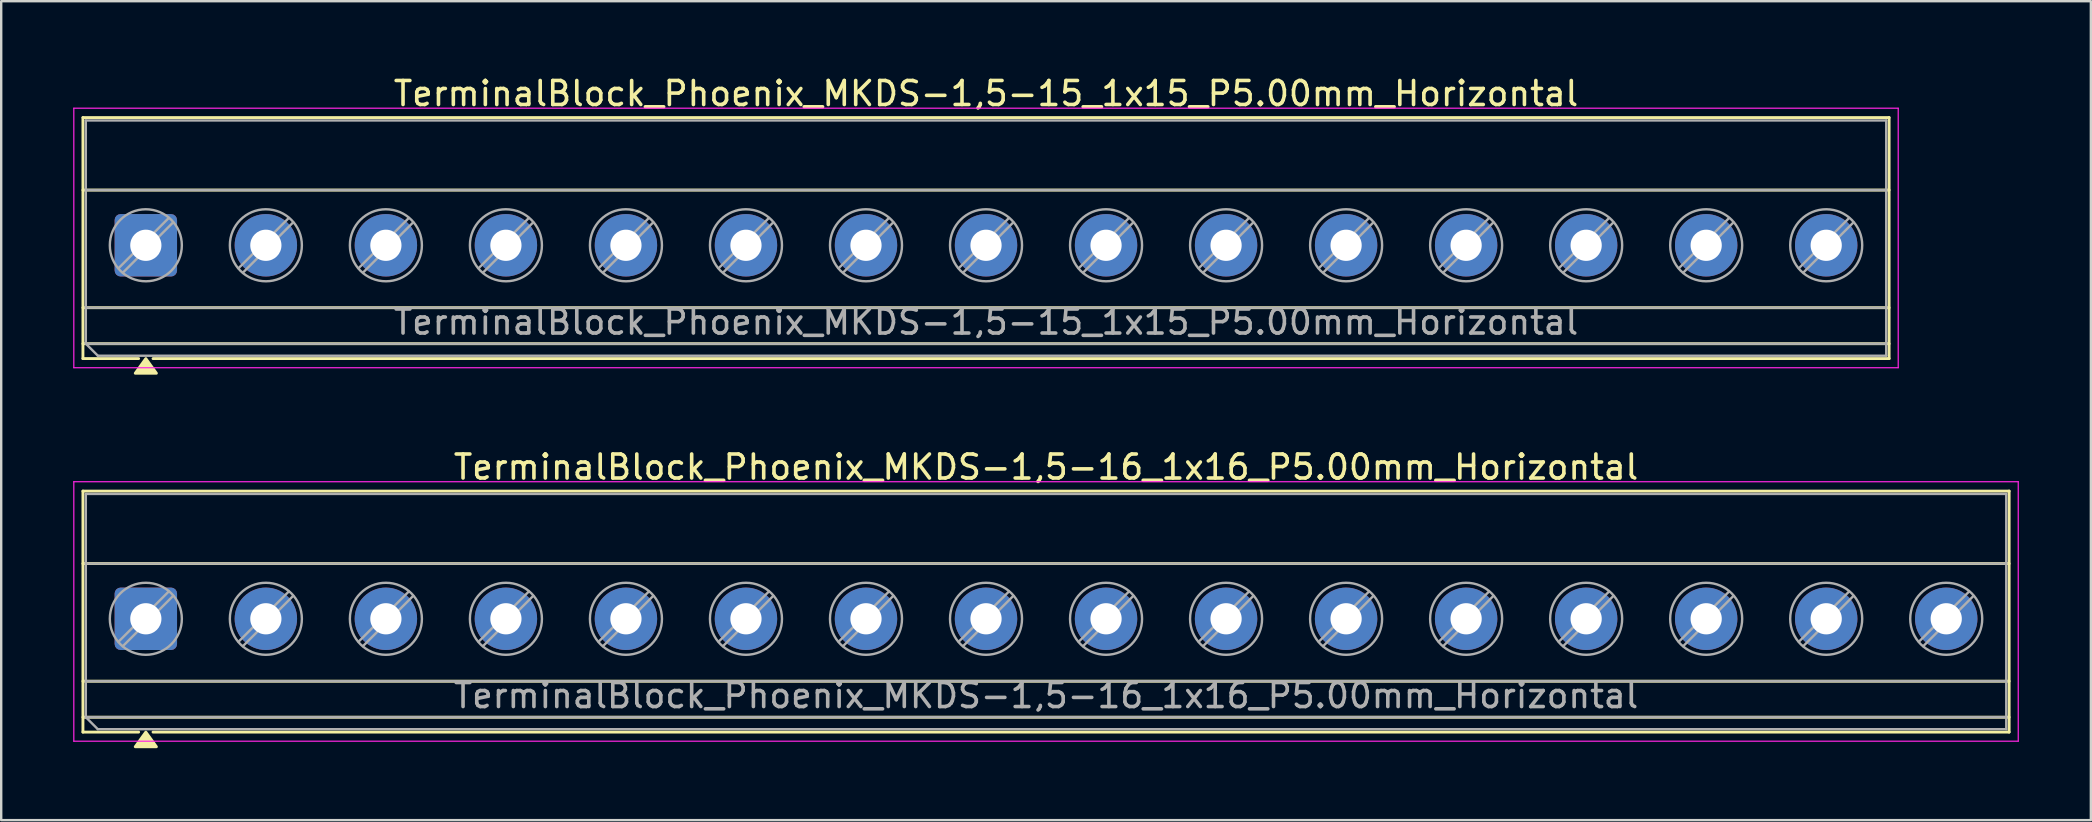
<source format=kicad_pcb>
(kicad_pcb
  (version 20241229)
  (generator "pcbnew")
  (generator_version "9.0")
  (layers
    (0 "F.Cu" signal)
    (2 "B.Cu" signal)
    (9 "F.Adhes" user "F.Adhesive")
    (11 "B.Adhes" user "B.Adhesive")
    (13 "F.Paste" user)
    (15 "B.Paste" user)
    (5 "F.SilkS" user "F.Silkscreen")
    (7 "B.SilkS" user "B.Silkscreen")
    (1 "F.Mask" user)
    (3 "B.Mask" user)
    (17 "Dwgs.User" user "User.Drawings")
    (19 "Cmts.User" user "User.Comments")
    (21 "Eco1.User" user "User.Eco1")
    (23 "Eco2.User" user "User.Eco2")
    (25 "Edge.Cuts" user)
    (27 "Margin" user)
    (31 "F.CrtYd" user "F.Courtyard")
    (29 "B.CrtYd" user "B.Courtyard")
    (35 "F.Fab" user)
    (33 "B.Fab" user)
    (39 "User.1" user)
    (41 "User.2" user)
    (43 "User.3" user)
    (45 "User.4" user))
  (footprint "TerminalBlock_Phoenix_MKDS-1,5-15_1x15_P5.00mm_Horizontal"
    (layer "F.Cu")
    (at 3.025 7.168)
    (property "Reference" "TerminalBlock_Phoenix_MKDS-1,5-15_1x15_P5.00mm_Horizontal" (at 35 -6.32 0) (layer "F.SilkS") (effects (font (size 1 1) (thickness 0.15))))
    (attr through_hole)
    (fp_line (start -2.62 -5.32) (end -2.62 4.72) (stroke (width 0.12) (type solid)) (layer "F.SilkS"))
    (fp_line (start -2.62 -5.32) (end 72.62 -5.32) (stroke (width 0.12) (type solid)) (layer "F.SilkS"))
    (fp_line (start -2.62 -2.3) (end 72.62 -2.3) (stroke (width 0.12) (type solid)) (layer "F.SilkS"))
    (fp_line (start -2.62 2.6) (end 72.62 2.6) (stroke (width 0.12) (type solid)) (layer "F.SilkS"))
    (fp_line (start -2.62 4.1) (end 72.62 4.1) (stroke (width 0.12) (type solid)) (layer "F.SilkS"))
    (fp_line (start -2.62 4.72) (end -0.3 4.72) (stroke (width 0.12) (type solid)) (layer "F.SilkS"))
    (fp_line (start 0.3 4.72) (end 72.62 4.72) (stroke (width 0.12) (type solid)) (layer "F.SilkS"))
    (fp_line (start 72.62 -5.32) (end 72.62 4.72) (stroke (width 0.12) (type solid)) (layer "F.SilkS"))
    (fp_poly (pts (xy 0 4.72) (xy 0.44 5.33) (xy -0.44 5.33)) (stroke (width 0.12) (type solid)) (fill yes) (layer "F.SilkS"))
    (fp_line (start -3 -5.71) (end -3 5.1) (stroke (width 0.05) (type solid)) (layer "F.CrtYd"))
    (fp_line (start -3 5.1) (end 73 5.1) (stroke (width 0.05) (type solid)) (layer "F.CrtYd"))
    (fp_line (start 73 -5.71) (end -3 -5.71) (stroke (width 0.05) (type solid)) (layer "F.CrtYd"))
    (fp_line (start 73 5.1) (end 73 -5.71) (stroke (width 0.05) (type solid)) (layer "F.CrtYd"))
    (fp_line (start -2.5 -5.2) (end 72.5 -5.2) (stroke (width 0.1) (type solid)) (layer "F.Fab"))
    (fp_line (start -2.5 -2.3) (end 72.5 -2.3) (stroke (width 0.1) (type solid)) (layer "F.Fab"))
    (fp_line (start -2.5 2.6) (end 72.5 2.6) (stroke (width 0.1) (type solid)) (layer "F.Fab"))
    (fp_line (start -2.5 4.1) (end -2.5 -5.2) (stroke (width 0.1) (type solid)) (layer "F.Fab"))
    (fp_line (start -2.5 4.1) (end 72.5 4.1) (stroke (width 0.1) (type solid)) (layer "F.Fab"))
    (fp_line (start -2 4.6) (end -2.5 4.1) (stroke (width 0.1) (type solid)) (layer "F.Fab"))
    (fp_line (start 0.955 -1.138) (end -1.138 0.955) (stroke (width 0.1) (type solid)) (layer "F.Fab"))
    (fp_line (start 1.138 -0.955) (end -0.955 1.138) (stroke (width 0.1) (type solid)) (layer "F.Fab"))
    (fp_line (start 5.955 -1.138) (end 3.862 0.955) (stroke (width 0.1) (type solid)) (layer "F.Fab"))
    (fp_line (start 6.138 -0.955) (end 4.045 1.138) (stroke (width 0.1) (type solid)) (layer "F.Fab"))
    (fp_line (start 10.955 -1.138) (end 8.862 0.955) (stroke (width 0.1) (type solid)) (layer "F.Fab"))
    (fp_line (start 11.138 -0.955) (end 9.045 1.138) (stroke (width 0.1) (type solid)) (layer "F.Fab"))
    (fp_line (start 15.955 -1.138) (end 13.862 0.955) (stroke (width 0.1) (type solid)) (layer "F.Fab"))
    (fp_line (start 16.138 -0.955) (end 14.045 1.138) (stroke (width 0.1) (type solid)) (layer "F.Fab"))
    (fp_line (start 20.955 -1.138) (end 18.862 0.955) (stroke (width 0.1) (type solid)) (layer "F.Fab"))
    (fp_line (start 21.138 -0.955) (end 19.045 1.138) (stroke (width 0.1) (type solid)) (layer "F.Fab"))
    (fp_line (start 25.955 -1.138) (end 23.862 0.955) (stroke (width 0.1) (type solid)) (layer "F.Fab"))
    (fp_line (start 26.138 -0.955) (end 24.045 1.138) (stroke (width 0.1) (type solid)) (layer "F.Fab"))
    (fp_line (start 30.955 -1.138) (end 28.862 0.955) (stroke (width 0.1) (type solid)) (layer "F.Fab"))
    (fp_line (start 31.138 -0.955) (end 29.045 1.138) (stroke (width 0.1) (type solid)) (layer "F.Fab"))
    (fp_line (start 35.955 -1.138) (end 33.862 0.955) (stroke (width 0.1) (type solid)) (layer "F.Fab"))
    (fp_line (start 36.138 -0.955) (end 34.045 1.138) (stroke (width 0.1) (type solid)) (layer "F.Fab"))
    (fp_line (start 40.955 -1.138) (end 38.862 0.955) (stroke (width 0.1) (type solid)) (layer "F.Fab"))
    (fp_line (start 41.138 -0.955) (end 39.045 1.138) (stroke (width 0.1) (type solid)) (layer "F.Fab"))
    (fp_line (start 45.955 -1.138) (end 43.862 0.955) (stroke (width 0.1) (type solid)) (layer "F.Fab"))
    (fp_line (start 46.138 -0.955) (end 44.045 1.138) (stroke (width 0.1) (type solid)) (layer "F.Fab"))
    (fp_line (start 50.955 -1.138) (end 48.862 0.955) (stroke (width 0.1) (type solid)) (layer "F.Fab"))
    (fp_line (start 51.138 -0.955) (end 49.045 1.138) (stroke (width 0.1) (type solid)) (layer "F.Fab"))
    (fp_line (start 55.955 -1.138) (end 53.862 0.955) (stroke (width 0.1) (type solid)) (layer "F.Fab"))
    (fp_line (start 56.138 -0.955) (end 54.045 1.138) (stroke (width 0.1) (type solid)) (layer "F.Fab"))
    (fp_line (start 60.955 -1.138) (end 58.862 0.955) (stroke (width 0.1) (type solid)) (layer "F.Fab"))
    (fp_line (start 61.138 -0.955) (end 59.045 1.138) (stroke (width 0.1) (type solid)) (layer "F.Fab"))
    (fp_line (start 65.955 -1.138) (end 63.862 0.955) (stroke (width 0.1) (type solid)) (layer "F.Fab"))
    (fp_line (start 66.138 -0.955) (end 64.045 1.138) (stroke (width 0.1) (type solid)) (layer "F.Fab"))
    (fp_line (start 70.955 -1.138) (end 68.862 0.955) (stroke (width 0.1) (type solid)) (layer "F.Fab"))
    (fp_line (start 71.138 -0.955) (end 69.045 1.138) (stroke (width 0.1) (type solid)) (layer "F.Fab"))
    (fp_line (start 72.5 -5.2) (end 72.5 4.6) (stroke (width 0.1) (type solid)) (layer "F.Fab"))
    (fp_line (start 72.5 4.6) (end -2 4.6) (stroke (width 0.1) (type solid)) (layer "F.Fab"))
    (fp_circle (center 0 0) (end 1.5 0) (stroke (width 0.1) (type solid)) (fill no) (layer "F.Fab"))
    (fp_circle (center 5 0) (end 6.5 0) (stroke (width 0.1) (type solid)) (fill no) (layer "F.Fab"))
    (fp_circle (center 10 0) (end 11.5 0) (stroke (width 0.1) (type solid)) (fill no) (layer "F.Fab"))
    (fp_circle (center 15 0) (end 16.5 0) (stroke (width 0.1) (type solid)) (fill no) (layer "F.Fab"))
    (fp_circle (center 20 0) (end 21.5 0) (stroke (width 0.1) (type solid)) (fill no) (layer "F.Fab"))
    (fp_circle (center 25 0) (end 26.5 0) (stroke (width 0.1) (type solid)) (fill no) (layer "F.Fab"))
    (fp_circle (center 30 0) (end 31.5 0) (stroke (width 0.1) (type solid)) (fill no) (layer "F.Fab"))
    (fp_circle (center 35 0) (end 36.5 0) (stroke (width 0.1) (type solid)) (fill no) (layer "F.Fab"))
    (fp_circle (center 40 0) (end 41.5 0) (stroke (width 0.1) (type solid)) (fill no) (layer "F.Fab"))
    (fp_circle (center 45 0) (end 46.5 0) (stroke (width 0.1) (type solid)) (fill no) (layer "F.Fab"))
    (fp_circle (center 50 0) (end 51.5 0) (stroke (width 0.1) (type solid)) (fill no) (layer "F.Fab"))
    (fp_circle (center 55 0) (end 56.5 0) (stroke (width 0.1) (type solid)) (fill no) (layer "F.Fab"))
    (fp_circle (center 60 0) (end 61.5 0) (stroke (width 0.1) (type solid)) (fill no) (layer "F.Fab"))
    (fp_circle (center 65 0) (end 66.5 0) (stroke (width 0.1) (type solid)) (fill no) (layer "F.Fab"))
    (fp_circle (center 70 0) (end 71.5 0) (stroke (width 0.1) (type solid)) (fill no) (layer "F.Fab"))
    (fp_text user "${REFERENCE}" (at 35 3.2 0) (layer "F.Fab") (effects (font (size 1 1) (thickness 0.15))))
    (pad "1" thru_hole roundrect (at 0 0) (size 2.6 2.6) (drill 1.3) (layers "*.Cu" "*.Mask") (roundrect_rratio 0.096))
    (pad "2" thru_hole circle (at 5 0) (size 2.6 2.6) (drill 1.3) (layers "*.Cu" "*.Mask"))
    (pad "3" thru_hole circle (at 10 0) (size 2.6 2.6) (drill 1.3) (layers "*.Cu" "*.Mask"))
    (pad "4" thru_hole circle (at 15 0) (size 2.6 2.6) (drill 1.3) (layers "*.Cu" "*.Mask"))
    (pad "5" thru_hole circle (at 20 0) (size 2.6 2.6) (drill 1.3) (layers "*.Cu" "*.Mask"))
    (pad "6" thru_hole circle (at 25 0) (size 2.6 2.6) (drill 1.3) (layers "*.Cu" "*.Mask"))
    (pad "7" thru_hole circle (at 30 0) (size 2.6 2.6) (drill 1.3) (layers "*.Cu" "*.Mask"))
    (pad "8" thru_hole circle (at 35 0) (size 2.6 2.6) (drill 1.3) (layers "*.Cu" "*.Mask"))
    (pad "9" thru_hole circle (at 40 0) (size 2.6 2.6) (drill 1.3) (layers "*.Cu" "*.Mask"))
    (pad "10" thru_hole circle (at 45 0) (size 2.6 2.6) (drill 1.3) (layers "*.Cu" "*.Mask"))
    (pad "11" thru_hole circle (at 50 0) (size 2.6 2.6) (drill 1.3) (layers "*.Cu" "*.Mask"))
    (pad "12" thru_hole circle (at 55 0) (size 2.6 2.6) (drill 1.3) (layers "*.Cu" "*.Mask"))
    (pad "13" thru_hole circle (at 60 0) (size 2.6 2.6) (drill 1.3) (layers "*.Cu" "*.Mask"))
    (pad "14" thru_hole circle (at 65 0) (size 2.6 2.6) (drill 1.3) (layers "*.Cu" "*.Mask"))
    (pad "15" thru_hole circle (at 70 0) (size 2.6 2.6) (drill 1.3) (layers "*.Cu" "*.Mask")))
  (footprint "TerminalBlock_Phoenix_MKDS-1,5-16_1x16_P5.00mm_Horizontal"
    (layer "F.Cu")
    (at 3.025 22.727)
    (property "Reference" "TerminalBlock_Phoenix_MKDS-1,5-16_1x16_P5.00mm_Horizontal" (at 37.5 -6.32 0) (layer "F.SilkS") (effects (font (size 1 1) (thickness 0.15))))
    (attr through_hole)
    (fp_line (start -2.62 -5.32) (end -2.62 4.72) (stroke (width 0.12) (type solid)) (layer "F.SilkS"))
    (fp_line (start -2.62 -5.32) (end 77.62 -5.32) (stroke (width 0.12) (type solid)) (layer "F.SilkS"))
    (fp_line (start -2.62 -2.3) (end 77.62 -2.3) (stroke (width 0.12) (type solid)) (layer "F.SilkS"))
    (fp_line (start -2.62 2.6) (end 77.62 2.6) (stroke (width 0.12) (type solid)) (layer "F.SilkS"))
    (fp_line (start -2.62 4.1) (end 77.62 4.1) (stroke (width 0.12) (type solid)) (layer "F.SilkS"))
    (fp_line (start -2.62 4.72) (end -0.3 4.72) (stroke (width 0.12) (type solid)) (layer "F.SilkS"))
    (fp_line (start 0.3 4.72) (end 77.62 4.72) (stroke (width 0.12) (type solid)) (layer "F.SilkS"))
    (fp_line (start 77.62 -5.32) (end 77.62 4.72) (stroke (width 0.12) (type solid)) (layer "F.SilkS"))
    (fp_poly (pts (xy 0 4.72) (xy 0.44 5.33) (xy -0.44 5.33)) (stroke (width 0.12) (type solid)) (fill yes) (layer "F.SilkS"))
    (fp_line (start -3 -5.71) (end -3 5.1) (stroke (width 0.05) (type solid)) (layer "F.CrtYd"))
    (fp_line (start -3 5.1) (end 78 5.1) (stroke (width 0.05) (type solid)) (layer "F.CrtYd"))
    (fp_line (start 78 -5.71) (end -3 -5.71) (stroke (width 0.05) (type solid)) (layer "F.CrtYd"))
    (fp_line (start 78 5.1) (end 78 -5.71) (stroke (width 0.05) (type solid)) (layer "F.CrtYd"))
    (fp_line (start -2.5 -5.2) (end 77.5 -5.2) (stroke (width 0.1) (type solid)) (layer "F.Fab"))
    (fp_line (start -2.5 -2.3) (end 77.5 -2.3) (stroke (width 0.1) (type solid)) (layer "F.Fab"))
    (fp_line (start -2.5 2.6) (end 77.5 2.6) (stroke (width 0.1) (type solid)) (layer "F.Fab"))
    (fp_line (start -2.5 4.1) (end -2.5 -5.2) (stroke (width 0.1) (type solid)) (layer "F.Fab"))
    (fp_line (start -2.5 4.1) (end 77.5 4.1) (stroke (width 0.1) (type solid)) (layer "F.Fab"))
    (fp_line (start -2 4.6) (end -2.5 4.1) (stroke (width 0.1) (type solid)) (layer "F.Fab"))
    (fp_line (start 0.955 -1.138) (end -1.138 0.955) (stroke (width 0.1) (type solid)) (layer "F.Fab"))
    (fp_line (start 1.138 -0.955) (end -0.955 1.138) (stroke (width 0.1) (type solid)) (layer "F.Fab"))
    (fp_line (start 5.955 -1.138) (end 3.862 0.955) (stroke (width 0.1) (type solid)) (layer "F.Fab"))
    (fp_line (start 6.138 -0.955) (end 4.045 1.138) (stroke (width 0.1) (type solid)) (layer "F.Fab"))
    (fp_line (start 10.955 -1.138) (end 8.862 0.955) (stroke (width 0.1) (type solid)) (layer "F.Fab"))
    (fp_line (start 11.138 -0.955) (end 9.045 1.138) (stroke (width 0.1) (type solid)) (layer "F.Fab"))
    (fp_line (start 15.955 -1.138) (end 13.862 0.955) (stroke (width 0.1) (type solid)) (layer "F.Fab"))
    (fp_line (start 16.138 -0.955) (end 14.045 1.138) (stroke (width 0.1) (type solid)) (layer "F.Fab"))
    (fp_line (start 20.955 -1.138) (end 18.862 0.955) (stroke (width 0.1) (type solid)) (layer "F.Fab"))
    (fp_line (start 21.138 -0.955) (end 19.045 1.138) (stroke (width 0.1) (type solid)) (layer "F.Fab"))
    (fp_line (start 25.955 -1.138) (end 23.862 0.955) (stroke (width 0.1) (type solid)) (layer "F.Fab"))
    (fp_line (start 26.138 -0.955) (end 24.045 1.138) (stroke (width 0.1) (type solid)) (layer "F.Fab"))
    (fp_line (start 30.955 -1.138) (end 28.862 0.955) (stroke (width 0.1) (type solid)) (layer "F.Fab"))
    (fp_line (start 31.138 -0.955) (end 29.045 1.138) (stroke (width 0.1) (type solid)) (layer "F.Fab"))
    (fp_line (start 35.955 -1.138) (end 33.862 0.955) (stroke (width 0.1) (type solid)) (layer "F.Fab"))
    (fp_line (start 36.138 -0.955) (end 34.045 1.138) (stroke (width 0.1) (type solid)) (layer "F.Fab"))
    (fp_line (start 40.955 -1.138) (end 38.862 0.955) (stroke (width 0.1) (type solid)) (layer "F.Fab"))
    (fp_line (start 41.138 -0.955) (end 39.045 1.138) (stroke (width 0.1) (type solid)) (layer "F.Fab"))
    (fp_line (start 45.955 -1.138) (end 43.862 0.955) (stroke (width 0.1) (type solid)) (layer "F.Fab"))
    (fp_line (start 46.138 -0.955) (end 44.045 1.138) (stroke (width 0.1) (type solid)) (layer "F.Fab"))
    (fp_line (start 50.955 -1.138) (end 48.862 0.955) (stroke (width 0.1) (type solid)) (layer "F.Fab"))
    (fp_line (start 51.138 -0.955) (end 49.045 1.138) (stroke (width 0.1) (type solid)) (layer "F.Fab"))
    (fp_line (start 55.955 -1.138) (end 53.862 0.955) (stroke (width 0.1) (type solid)) (layer "F.Fab"))
    (fp_line (start 56.138 -0.955) (end 54.045 1.138) (stroke (width 0.1) (type solid)) (layer "F.Fab"))
    (fp_line (start 60.955 -1.138) (end 58.862 0.955) (stroke (width 0.1) (type solid)) (layer "F.Fab"))
    (fp_line (start 61.138 -0.955) (end 59.045 1.138) (stroke (width 0.1) (type solid)) (layer "F.Fab"))
    (fp_line (start 65.955 -1.138) (end 63.862 0.955) (stroke (width 0.1) (type solid)) (layer "F.Fab"))
    (fp_line (start 66.138 -0.955) (end 64.045 1.138) (stroke (width 0.1) (type solid)) (layer "F.Fab"))
    (fp_line (start 70.955 -1.138) (end 68.862 0.955) (stroke (width 0.1) (type solid)) (layer "F.Fab"))
    (fp_line (start 71.138 -0.955) (end 69.045 1.138) (stroke (width 0.1) (type solid)) (layer "F.Fab"))
    (fp_line (start 75.955 -1.138) (end 73.862 0.955) (stroke (width 0.1) (type solid)) (layer "F.Fab"))
    (fp_line (start 76.138 -0.955) (end 74.045 1.138) (stroke (width 0.1) (type solid)) (layer "F.Fab"))
    (fp_line (start 77.5 -5.2) (end 77.5 4.6) (stroke (width 0.1) (type solid)) (layer "F.Fab"))
    (fp_line (start 77.5 4.6) (end -2 4.6) (stroke (width 0.1) (type solid)) (layer "F.Fab"))
    (fp_circle (center 0 0) (end 1.5 0) (stroke (width 0.1) (type solid)) (fill no) (layer "F.Fab"))
    (fp_circle (center 5 0) (end 6.5 0) (stroke (width 0.1) (type solid)) (fill no) (layer "F.Fab"))
    (fp_circle (center 10 0) (end 11.5 0) (stroke (width 0.1) (type solid)) (fill no) (layer "F.Fab"))
    (fp_circle (center 15 0) (end 16.5 0) (stroke (width 0.1) (type solid)) (fill no) (layer "F.Fab"))
    (fp_circle (center 20 0) (end 21.5 0) (stroke (width 0.1) (type solid)) (fill no) (layer "F.Fab"))
    (fp_circle (center 25 0) (end 26.5 0) (stroke (width 0.1) (type solid)) (fill no) (layer "F.Fab"))
    (fp_circle (center 30 0) (end 31.5 0) (stroke (width 0.1) (type solid)) (fill no) (layer "F.Fab"))
    (fp_circle (center 35 0) (end 36.5 0) (stroke (width 0.1) (type solid)) (fill no) (layer "F.Fab"))
    (fp_circle (center 40 0) (end 41.5 0) (stroke (width 0.1) (type solid)) (fill no) (layer "F.Fab"))
    (fp_circle (center 45 0) (end 46.5 0) (stroke (width 0.1) (type solid)) (fill no) (layer "F.Fab"))
    (fp_circle (center 50 0) (end 51.5 0) (stroke (width 0.1) (type solid)) (fill no) (layer "F.Fab"))
    (fp_circle (center 55 0) (end 56.5 0) (stroke (width 0.1) (type solid)) (fill no) (layer "F.Fab"))
    (fp_circle (center 60 0) (end 61.5 0) (stroke (width 0.1) (type solid)) (fill no) (layer "F.Fab"))
    (fp_circle (center 65 0) (end 66.5 0) (stroke (width 0.1) (type solid)) (fill no) (layer "F.Fab"))
    (fp_circle (center 70 0) (end 71.5 0) (stroke (width 0.1) (type solid)) (fill no) (layer "F.Fab"))
    (fp_circle (center 75 0) (end 76.5 0) (stroke (width 0.1) (type solid)) (fill no) (layer "F.Fab"))
    (fp_text user "${REFERENCE}" (at 37.5 3.2 0) (layer "F.Fab") (effects (font (size 1 1) (thickness 0.15))))
    (pad "1" thru_hole roundrect (at 0 0) (size 2.6 2.6) (drill 1.3) (layers "*.Cu" "*.Mask") (roundrect_rratio 0.096))
    (pad "2" thru_hole circle (at 5 0) (size 2.6 2.6) (drill 1.3) (layers "*.Cu" "*.Mask"))
    (pad "3" thru_hole circle (at 10 0) (size 2.6 2.6) (drill 1.3) (layers "*.Cu" "*.Mask"))
    (pad "4" thru_hole circle (at 15 0) (size 2.6 2.6) (drill 1.3) (layers "*.Cu" "*.Mask"))
    (pad "5" thru_hole circle (at 20 0) (size 2.6 2.6) (drill 1.3) (layers "*.Cu" "*.Mask"))
    (pad "6" thru_hole circle (at 25 0) (size 2.6 2.6) (drill 1.3) (layers "*.Cu" "*.Mask"))
    (pad "7" thru_hole circle (at 30 0) (size 2.6 2.6) (drill 1.3) (layers "*.Cu" "*.Mask"))
    (pad "8" thru_hole circle (at 35 0) (size 2.6 2.6) (drill 1.3) (layers "*.Cu" "*.Mask"))
    (pad "9" thru_hole circle (at 40 0) (size 2.6 2.6) (drill 1.3) (layers "*.Cu" "*.Mask"))
    (pad "10" thru_hole circle (at 45 0) (size 2.6 2.6) (drill 1.3) (layers "*.Cu" "*.Mask"))
    (pad "11" thru_hole circle (at 50 0) (size 2.6 2.6) (drill 1.3) (layers "*.Cu" "*.Mask"))
    (pad "12" thru_hole circle (at 55 0) (size 2.6 2.6) (drill 1.3) (layers "*.Cu" "*.Mask"))
    (pad "13" thru_hole circle (at 60 0) (size 2.6 2.6) (drill 1.3) (layers "*.Cu" "*.Mask"))
    (pad "14" thru_hole circle (at 65 0) (size 2.6 2.6) (drill 1.3) (layers "*.Cu" "*.Mask"))
    (pad "15" thru_hole circle (at 70 0) (size 2.6 2.6) (drill 1.3) (layers "*.Cu" "*.Mask"))
    (pad "16" thru_hole circle (at 75 0) (size 2.6 2.6) (drill 1.3) (layers "*.Cu" "*.Mask")))
  (gr_rect
    (start -3 -3)
    (end 84.05 31.116)
    (stroke (width 0.1) (type default))
    (fill no)
    (layer "Edge.Cuts")))
</source>
